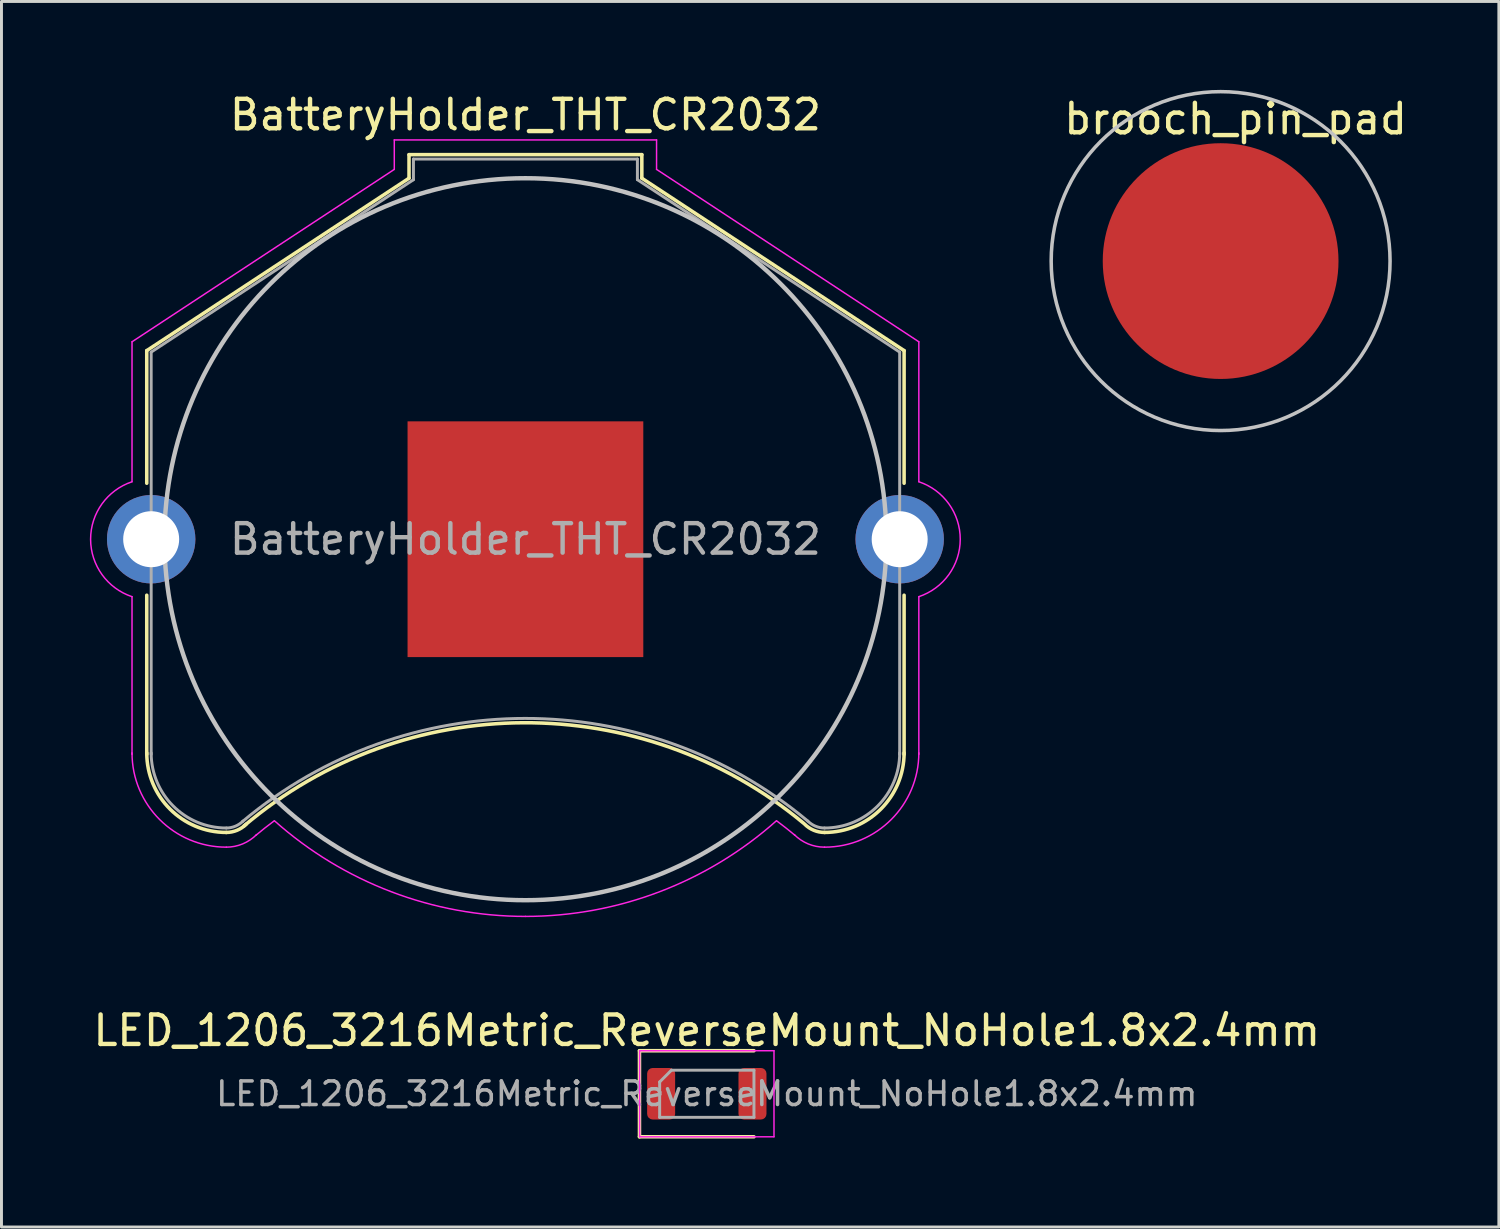
<source format=kicad_pcb>
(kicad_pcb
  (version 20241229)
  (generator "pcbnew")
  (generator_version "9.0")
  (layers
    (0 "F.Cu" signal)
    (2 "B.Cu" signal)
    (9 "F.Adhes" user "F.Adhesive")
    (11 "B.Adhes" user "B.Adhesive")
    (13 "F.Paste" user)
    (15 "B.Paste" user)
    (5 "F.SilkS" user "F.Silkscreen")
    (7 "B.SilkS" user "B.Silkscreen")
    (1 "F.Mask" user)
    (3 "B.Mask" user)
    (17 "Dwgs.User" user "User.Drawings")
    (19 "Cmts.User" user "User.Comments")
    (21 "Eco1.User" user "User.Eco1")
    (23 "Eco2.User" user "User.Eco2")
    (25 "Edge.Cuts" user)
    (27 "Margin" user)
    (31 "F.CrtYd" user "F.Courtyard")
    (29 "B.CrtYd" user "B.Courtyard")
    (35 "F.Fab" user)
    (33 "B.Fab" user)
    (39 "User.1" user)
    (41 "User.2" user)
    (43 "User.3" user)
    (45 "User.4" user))
  (footprint "LED_1206_3216Metric_ReverseMount_NoHole1.8x2.4mm"
    (layer "F.Cu")
    (at 20.935 34.066)
    (property "Reference" "LED_1206_3216Metric_ReverseMount_NoHole1.8x2.4mm" (at 0 -2.145 0) (layer "F.SilkS") (effects (font (size 1 1) (thickness 0.15))))
    (attr smd)
    (fp_circle (center 0 0) (end 0.4 0) (stroke (width 0.9) (type solid)) (fill no) (layer "F.Mask"))
    (fp_line (start -2.285 -1.46) (end -2.285 1.46) (stroke (width 0.12) (type solid)) (layer "F.SilkS"))
    (fp_line (start -2.285 1.46) (end 1.6 1.46) (stroke (width 0.12) (type solid)) (layer "F.SilkS"))
    (fp_line (start 1.6 -1.46) (end -2.285 -1.46) (stroke (width 0.12) (type solid)) (layer "F.SilkS"))
    (fp_line (start -2.28 -1.46) (end 2.28 -1.46) (stroke (width 0.05) (type solid)) (layer "F.CrtYd"))
    (fp_line (start -2.28 1.46) (end -2.28 -1.46) (stroke (width 0.05) (type solid)) (layer "F.CrtYd"))
    (fp_line (start 2.28 -1.46) (end 2.28 1.46) (stroke (width 0.05) (type solid)) (layer "F.CrtYd"))
    (fp_line (start 2.28 1.46) (end -2.28 1.46) (stroke (width 0.05) (type solid)) (layer "F.CrtYd"))
    (fp_line (start -1.6 -0.4) (end -1.6 0.8) (stroke (width 0.1) (type solid)) (layer "F.Fab"))
    (fp_line (start -1.6 0.8) (end 1.6 0.8) (stroke (width 0.1) (type solid)) (layer "F.Fab"))
    (fp_line (start -1.2 -0.8) (end -1.6 -0.4) (stroke (width 0.1) (type solid)) (layer "F.Fab"))
    (fp_line (start 1.6 -0.8) (end -1.2 -0.8) (stroke (width 0.1) (type solid)) (layer "F.Fab"))
    (fp_line (start 1.6 0.8) (end 1.6 -0.8) (stroke (width 0.1) (type solid)) (layer "F.Fab"))
    (fp_text user "${REFERENCE}" (at 0 0 0) (layer "F.Fab") (effects (font (size 0.8 0.8) (thickness 0.12))))
    (pad "1" smd roundrect (at -1.55 0) (size 0.95 1.75) (layers "F.Cu" "F.Mask" "F.Paste") (roundrect_rratio 0.2))
    (pad "2" smd roundrect (at 1.55 0) (size 0.95 1.75) (layers "F.Cu" "F.Mask" "F.Paste") (roundrect_rratio 0.2)))
  (footprint "brooch_pin_pad"
    (layer "F.Cu")
    (at 38.371 5.81)
    (property "Reference" "brooch_pin_pad" (at 0.508 -4.826 0) (layer "F.SilkS") (effects (font (size 1 1) (thickness 0.15))))
    (attr through_hole)
    (fp_circle (center 0 0) (end 5.75 0) (stroke (width 0.12) (type solid)) (fill no) (layer "Dwgs.User"))
    (pad "1" smd circle (at 0 0) (size 8 8) (layers "F.Cu" "F.Mask" "F.Paste")))
  (footprint "BatteryHolder_THT_CR2032"
    (layer "F.Cu")
    (at 14.78 15.248)
    (property "Reference" "BatteryHolder_THT_CR2032" (at 0 -14.4 0) (layer "F.SilkS") (effects (font (size 1 1) (thickness 0.15))))
    (attr through_hole)
    (fp_line (start -12.85 -6.4) (end -12.85 -1.9) (stroke (width 0.12) (type solid)) (layer "F.SilkS"))
    (fp_line (start -12.85 1.9) (end -12.85 7.3) (stroke (width 0.12) (type solid)) (layer "F.SilkS"))
    (fp_line (start -3.95 -13.05) (end -3.95 -12.25) (stroke (width 0.12) (type solid)) (layer "F.SilkS"))
    (fp_line (start -3.95 -13.05) (end 3.95 -13.05) (stroke (width 0.12) (type solid)) (layer "F.SilkS"))
    (fp_line (start -3.95 -12.25) (end -12.85 -6.4) (stroke (width 0.12) (type solid)) (layer "F.SilkS"))
    (fp_line (start 3.95 -13.05) (end 3.95 -12.25) (stroke (width 0.12) (type solid)) (layer "F.SilkS"))
    (fp_line (start 3.95 -12.25) (end 12.85 -6.4) (stroke (width 0.12) (type solid)) (layer "F.SilkS"))
    (fp_line (start 12.85 -6.4) (end 12.85 -1.9) (stroke (width 0.12) (type solid)) (layer "F.SilkS"))
    (fp_line (start 12.85 1.9) (end 12.85 7.3) (stroke (width 0.12) (type solid)) (layer "F.SilkS"))
    (fp_arc (start -10.15 9.95) (mid -12.059188 9.159188) (end -12.85 7.25) (stroke (width 0.12) (type solid)) (layer "F.SilkS"))
    (fp_arc (start -9.55 9.73) (mid -0.071508 6.228057) (end 9.440443 9.638071) (stroke (width 0.12) (type solid)) (layer "F.SilkS"))
    (fp_arc (start -9.478249 9.671751) (mid -9.786451 9.877685) (end -10.15 9.95) (stroke (width 0.12) (type solid)) (layer "F.SilkS"))
    (fp_arc (start 10.15 9.95) (mid 9.786451 9.877686) (end 9.478249 9.671751) (stroke (width 0.12) (type solid)) (layer "F.SilkS"))
    (fp_arc (start 12.85 7.25) (mid 12.059188 9.159188) (end 10.15 9.95) (stroke (width 0.12) (type solid)) (layer "F.SilkS"))
    (fp_circle (center 0 0) (end 12.25 0) (stroke (width 0.15) (type solid)) (fill no) (layer "Dwgs.User"))
    (fp_line (start -13.35 -6.7) (end -13.35 -1.95) (stroke (width 0.05) (type solid)) (layer "F.CrtYd"))
    (fp_line (start -13.35 1.95) (end -13.35 7.3) (stroke (width 0.05) (type solid)) (layer "F.CrtYd"))
    (fp_line (start -4.45 -13.55) (end -4.45 -12.55) (stroke (width 0.05) (type solid)) (layer "F.CrtYd"))
    (fp_line (start -4.45 -13.55) (end 4.45 -13.55) (stroke (width 0.05) (type solid)) (layer "F.CrtYd"))
    (fp_line (start -4.45 -12.55) (end -13.35 -6.7) (stroke (width 0.05) (type solid)) (layer "F.CrtYd"))
    (fp_line (start 4.45 -13.55) (end 4.45 -12.55) (stroke (width 0.05) (type solid)) (layer "F.CrtYd"))
    (fp_line (start 4.45 -12.55) (end 13.35 -6.7) (stroke (width 0.05) (type solid)) (layer "F.CrtYd"))
    (fp_line (start 13.35 -6.7) (end 13.35 -1.95) (stroke (width 0.05) (type solid)) (layer "F.CrtYd"))
    (fp_line (start 13.35 1.95) (end 13.35 7.3) (stroke (width 0.05) (type solid)) (layer "F.CrtYd"))
    (fp_arc (start -13.35 1.95) (mid -14.755479 0.002334) (end -13.354426 -1.948519) (stroke (width 0.05) (type solid)) (layer "F.CrtYd"))
    (fp_arc (start -10.15 10.45) (mid -12.412742 9.512742) (end -13.35 7.25) (stroke (width 0.05) (type solid)) (layer "F.CrtYd"))
    (fp_arc (start -9.15 10.05) (mid -8.840691 9.798786) (end -8.524488 9.556307) (stroke (width 0.05) (type solid)) (layer "F.CrtYd"))
    (fp_arc (start -9.124695 10.025305) (mid -9.595109 10.339626) (end -10.15 10.45) (stroke (width 0.05) (type solid)) (layer "F.CrtYd"))
    (fp_arc (start 0 12.8) (mid -4.55581 11.961797) (end -8.514949 9.556969) (stroke (width 0.05) (type solid)) (layer "F.CrtYd"))
    (fp_arc (start 8.514949 9.556969) (mid 4.55581 11.961798) (end 0 12.8) (stroke (width 0.05) (type solid)) (layer "F.CrtYd"))
    (fp_arc (start 8.524488 9.556307) (mid 8.840691 9.798786) (end 9.15 10.05) (stroke (width 0.05) (type solid)) (layer "F.CrtYd"))
    (fp_arc (start 10.15 10.45) (mid 9.595109 10.339625) (end 9.124695 10.025305) (stroke (width 0.05) (type solid)) (layer "F.CrtYd"))
    (fp_arc (start 13.35 7.25) (mid 12.412742 9.512742) (end 10.15 10.45) (stroke (width 0.05) (type solid)) (layer "F.CrtYd"))
    (fp_arc (start 13.354426 -1.948519) (mid 14.755479 0.002334) (end 13.35 1.95) (stroke (width 0.05) (type solid)) (layer "F.CrtYd"))
    (fp_line (start -12.7 -6.35) (end -12.7 7.3) (stroke (width 0.1) (type solid)) (layer "F.Fab"))
    (fp_line (start -3.8 -12.9) (end -3.8 -12.2) (stroke (width 0.1) (type solid)) (layer "F.Fab"))
    (fp_line (start -3.8 -12.9) (end 3.8 -12.9) (stroke (width 0.1) (type solid)) (layer "F.Fab"))
    (fp_line (start -3.8 -12.2) (end -12.7 -6.35) (stroke (width 0.1) (type solid)) (layer "F.Fab"))
    (fp_line (start 3.8 -12.9) (end 3.8 -12.2) (stroke (width 0.1) (type solid)) (layer "F.Fab"))
    (fp_line (start 3.8 -12.2) (end 12.7 -6.35) (stroke (width 0.1) (type solid)) (layer "F.Fab"))
    (fp_line (start 12.7 -6.35) (end 12.7 7.3) (stroke (width 0.1) (type solid)) (layer "F.Fab"))
    (fp_arc (start -10.15 9.8) (mid -11.953122 9.053122) (end -12.7 7.25) (stroke (width 0.1) (type solid)) (layer "F.Fab"))
    (fp_arc (start -9.6 9.58) (mid -0.013392 6.081011) (end 9.579482 9.562783) (stroke (width 0.1) (type solid)) (layer "F.Fab"))
    (fp_arc (start -9.584315 9.565685) (mid -9.843853 9.739103) (end -10.15 9.8) (stroke (width 0.1) (type solid)) (layer "F.Fab"))
    (fp_arc (start 10.15 9.8) (mid 9.843853 9.739104) (end 9.584315 9.565685) (stroke (width 0.1) (type solid)) (layer "F.Fab"))
    (fp_arc (start 12.7 7.25) (mid 11.953122 9.053122) (end 10.15 9.8) (stroke (width 0.1) (type solid)) (layer "F.Fab"))
    (fp_text user "${REFERENCE}" (at 0 0 0) (layer "F.Fab") (effects (font (size 1 1) (thickness 0.15))))
    (pad "1" thru_hole circle (at -12.7 0) (size 3 3) (drill 1.9) (layers "*.Cu" "*.Mask"))
    (pad "1" thru_hole circle (at 12.7 0) (size 3 3) (drill 1.9) (layers "*.Cu" "*.Mask"))
    (pad "2" smd rect (at 0 0) (size 8 8) (layers "F.Cu" "F.Mask")))
  (gr_rect
    (start -3 -3)
    (end 47.813 38.587)
    (stroke (width 0.1) (type default))
    (fill no)
    (layer "Edge.Cuts")))
</source>
